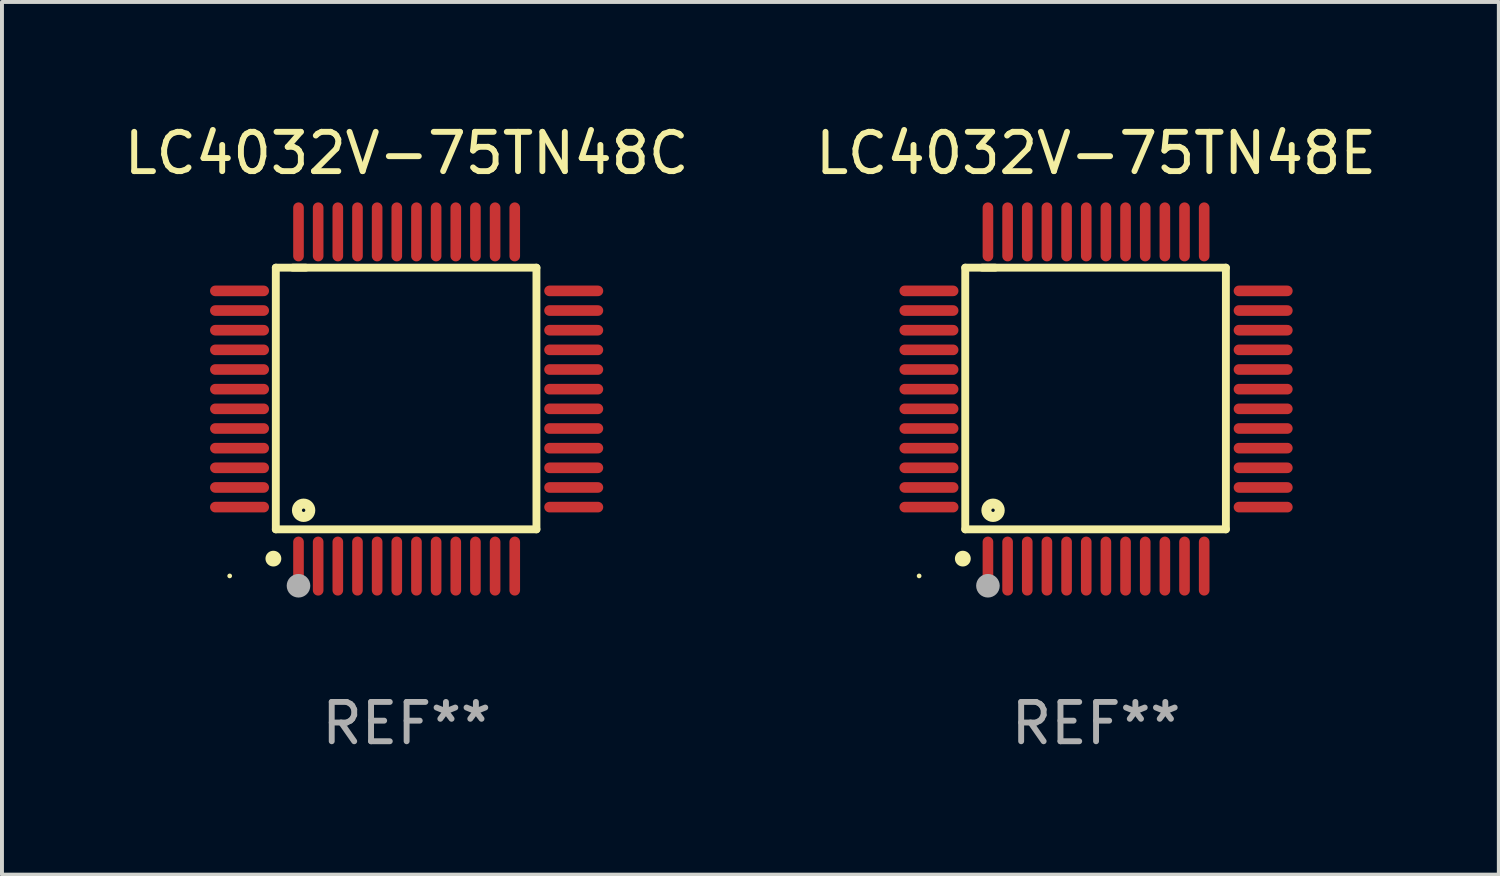
<source format=kicad_pcb>
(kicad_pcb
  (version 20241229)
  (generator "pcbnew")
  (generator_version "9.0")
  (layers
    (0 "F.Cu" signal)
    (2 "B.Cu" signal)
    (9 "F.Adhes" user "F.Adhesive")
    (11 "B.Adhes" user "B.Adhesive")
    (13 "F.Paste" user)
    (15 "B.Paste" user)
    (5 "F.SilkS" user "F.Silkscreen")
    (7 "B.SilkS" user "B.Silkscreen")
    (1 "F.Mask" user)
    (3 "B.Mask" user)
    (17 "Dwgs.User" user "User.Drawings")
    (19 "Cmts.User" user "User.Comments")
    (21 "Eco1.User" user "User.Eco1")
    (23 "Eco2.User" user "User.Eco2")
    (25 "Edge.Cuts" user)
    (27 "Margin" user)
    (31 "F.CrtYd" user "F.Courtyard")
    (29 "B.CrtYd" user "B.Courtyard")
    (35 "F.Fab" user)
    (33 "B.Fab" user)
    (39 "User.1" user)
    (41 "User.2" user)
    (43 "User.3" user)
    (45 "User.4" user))
  (footprint "LC4032V-75TN48E"
    (layer "F.Cu")
    (at 24.827 7.098)
    (property "Reference" "LC4032V-75TN48E" (at 0 -6.25 0) (layer "F.SilkS") (effects (font (size 1 1) (thickness 0.15))))
    (attr through_hole)
    (fp_line (start -3.327 -3.34) (end -2.565 -3.34) (stroke (width 0.2) (type solid)) (layer "F.SilkS"))
    (fp_line (start -3.327 3.315) (end -3.327 -3.34) (stroke (width 0.2) (type solid)) (layer "F.SilkS"))
    (fp_line (start -2.896 -3.34) (end 3.302 -3.34) (stroke (width 0.2) (type solid)) (layer "F.SilkS"))
    (fp_line (start 3.302 -3.34) (end 3.302 3.315) (stroke (width 0.2) (type solid)) (layer "F.SilkS"))
    (fp_line (start 3.302 3.315) (end -3.327 3.315) (stroke (width 0.2) (type solid)) (layer "F.SilkS"))
    (fp_arc (start -3.389992 4.059995) (mid -3.388722 4.059991) (end -3.387452 4.059995) (stroke (width 0.4) (type solid)) (layer "F.SilkS"))
    (fp_circle (center -4.5 4.5) (end -4.47 4.5) (stroke (width 0.06) (type solid)) (fill no) (layer "F.SilkS"))
    (fp_circle (center -2.62 2.83) (end -2.45 2.83) (stroke (width 0.254) (type solid)) (fill no) (layer "F.SilkS"))
    (fp_circle (center -2.75 4.75) (end -2.6 4.75) (stroke (width 0.3) (type solid)) (fill no) (layer "F.Fab"))
    (fp_text user "REF**" (at 0 8.25 0) (layer "F.Fab") (effects (font (size 1 1) (thickness 0.15))))
    (pad "1" smd oval (at -2.75 4.25) (size 0.27 1.5) (layers "F.Cu" "F.Mask" "F.Paste"))
    (pad "2" smd oval (at -2.25 4.25) (size 0.27 1.5) (layers "F.Cu" "F.Mask" "F.Paste"))
    (pad "3" smd oval (at -1.75 4.25) (size 0.27 1.5) (layers "F.Cu" "F.Mask" "F.Paste"))
    (pad "4" smd oval (at -1.25 4.25) (size 0.27 1.5) (layers "F.Cu" "F.Mask" "F.Paste"))
    (pad "5" smd oval (at -0.75 4.25) (size 0.27 1.5) (layers "F.Cu" "F.Mask" "F.Paste"))
    (pad "6" smd oval (at -0.25 4.25) (size 0.27 1.5) (layers "F.Cu" "F.Mask" "F.Paste"))
    (pad "7" smd oval (at 0.25 4.25) (size 0.27 1.5) (layers "F.Cu" "F.Mask" "F.Paste"))
    (pad "8" smd oval (at 0.75 4.25) (size 0.27 1.5) (layers "F.Cu" "F.Mask" "F.Paste"))
    (pad "9" smd oval (at 1.25 4.25) (size 0.27 1.5) (layers "F.Cu" "F.Mask" "F.Paste"))
    (pad "10" smd oval (at 1.75 4.25) (size 0.27 1.5) (layers "F.Cu" "F.Mask" "F.Paste"))
    (pad "11" smd oval (at 2.25 4.25) (size 0.27 1.5) (layers "F.Cu" "F.Mask" "F.Paste"))
    (pad "12" smd oval (at 2.75 4.25) (size 0.27 1.5) (layers "F.Cu" "F.Mask" "F.Paste"))
    (pad "13" smd oval (at 4.25 2.75) (size 1.5 0.27) (layers "F.Cu" "F.Mask" "F.Paste"))
    (pad "14" smd oval (at 4.25 2.25) (size 1.5 0.27) (layers "F.Cu" "F.Mask" "F.Paste"))
    (pad "15" smd oval (at 4.25 1.75) (size 1.5 0.27) (layers "F.Cu" "F.Mask" "F.Paste"))
    (pad "16" smd oval (at 4.25 1.25) (size 1.5 0.27) (layers "F.Cu" "F.Mask" "F.Paste"))
    (pad "17" smd oval (at 4.25 0.75) (size 1.5 0.27) (layers "F.Cu" "F.Mask" "F.Paste"))
    (pad "18" smd oval (at 4.25 0.25) (size 1.5 0.27) (layers "F.Cu" "F.Mask" "F.Paste"))
    (pad "19" smd oval (at 4.25 -0.25) (size 1.5 0.27) (layers "F.Cu" "F.Mask" "F.Paste"))
    (pad "20" smd oval (at 4.25 -0.75) (size 1.5 0.27) (layers "F.Cu" "F.Mask" "F.Paste"))
    (pad "21" smd oval (at 4.25 -1.25) (size 1.5 0.27) (layers "F.Cu" "F.Mask" "F.Paste"))
    (pad "22" smd oval (at 4.25 -1.75) (size 1.5 0.27) (layers "F.Cu" "F.Mask" "F.Paste"))
    (pad "23" smd oval (at 4.25 -2.25) (size 1.5 0.27) (layers "F.Cu" "F.Mask" "F.Paste"))
    (pad "24" smd oval (at 4.25 -2.75) (size 1.5 0.27) (layers "F.Cu" "F.Mask" "F.Paste"))
    (pad "25" smd oval (at 2.75 -4.25) (size 0.27 1.5) (layers "F.Cu" "F.Mask" "F.Paste"))
    (pad "26" smd oval (at 2.25 -4.25) (size 0.27 1.5) (layers "F.Cu" "F.Mask" "F.Paste"))
    (pad "27" smd oval (at 1.75 -4.25) (size 0.27 1.5) (layers "F.Cu" "F.Mask" "F.Paste"))
    (pad "28" smd oval (at 1.25 -4.25) (size 0.27 1.5) (layers "F.Cu" "F.Mask" "F.Paste"))
    (pad "29" smd oval (at 0.75 -4.25) (size 0.27 1.5) (layers "F.Cu" "F.Mask" "F.Paste"))
    (pad "30" smd oval (at 0.25 -4.25) (size 0.27 1.5) (layers "F.Cu" "F.Mask" "F.Paste"))
    (pad "31" smd oval (at -0.25 -4.25) (size 0.27 1.5) (layers "F.Cu" "F.Mask" "F.Paste"))
    (pad "32" smd oval (at -0.75 -4.25) (size 0.27 1.5) (layers "F.Cu" "F.Mask" "F.Paste"))
    (pad "33" smd oval (at -1.25 -4.25) (size 0.27 1.5) (layers "F.Cu" "F.Mask" "F.Paste"))
    (pad "34" smd oval (at -1.75 -4.25) (size 0.27 1.5) (layers "F.Cu" "F.Mask" "F.Paste"))
    (pad "35" smd oval (at -2.25 -4.25) (size 0.27 1.5) (layers "F.Cu" "F.Mask" "F.Paste"))
    (pad "36" smd oval (at -2.75 -4.25) (size 0.27 1.5) (layers "F.Cu" "F.Mask" "F.Paste"))
    (pad "37" smd oval (at -4.25 -2.75) (size 1.5 0.27) (layers "F.Cu" "F.Mask" "F.Paste"))
    (pad "38" smd oval (at -4.25 -2.25) (size 1.5 0.27) (layers "F.Cu" "F.Mask" "F.Paste"))
    (pad "39" smd oval (at -4.25 -1.75) (size 1.5 0.27) (layers "F.Cu" "F.Mask" "F.Paste"))
    (pad "40" smd oval (at -4.25 -1.25) (size 1.5 0.27) (layers "F.Cu" "F.Mask" "F.Paste"))
    (pad "41" smd oval (at -4.25 -0.75) (size 1.5 0.27) (layers "F.Cu" "F.Mask" "F.Paste"))
    (pad "42" smd oval (at -4.25 -0.25) (size 1.5 0.27) (layers "F.Cu" "F.Mask" "F.Paste"))
    (pad "43" smd oval (at -4.25 0.25) (size 1.5 0.27) (layers "F.Cu" "F.Mask" "F.Paste"))
    (pad "44" smd oval (at -4.25 0.75) (size 1.5 0.27) (layers "F.Cu" "F.Mask" "F.Paste"))
    (pad "45" smd oval (at -4.25 1.25) (size 1.5 0.27) (layers "F.Cu" "F.Mask" "F.Paste"))
    (pad "46" smd oval (at -4.25 1.75) (size 1.5 0.27) (layers "F.Cu" "F.Mask" "F.Paste"))
    (pad "47" smd oval (at -4.25 2.25) (size 1.5 0.27) (layers "F.Cu" "F.Mask" "F.Paste"))
    (pad "48" smd oval (at -4.25 2.75) (size 1.5 0.27) (layers "F.Cu" "F.Mask" "F.Paste")))
  (footprint "LC4032V-75TN48C"
    (layer "F.Cu")
    (at 7.292 7.098)
    (property "Reference" "LC4032V-75TN48C" (at 0 -6.25 0) (layer "F.SilkS") (effects (font (size 1 1) (thickness 0.15))))
    (attr through_hole)
    (fp_line (start -3.327 -3.34) (end -2.565 -3.34) (stroke (width 0.2) (type solid)) (layer "F.SilkS"))
    (fp_line (start -3.327 3.315) (end -3.327 -3.34) (stroke (width 0.2) (type solid)) (layer "F.SilkS"))
    (fp_line (start -2.896 -3.34) (end 3.302 -3.34) (stroke (width 0.2) (type solid)) (layer "F.SilkS"))
    (fp_line (start 3.302 -3.34) (end 3.302 3.315) (stroke (width 0.2) (type solid)) (layer "F.SilkS"))
    (fp_line (start 3.302 3.315) (end -3.327 3.315) (stroke (width 0.2) (type solid)) (layer "F.SilkS"))
    (fp_arc (start -3.389992 4.059995) (mid -3.388722 4.059991) (end -3.387452 4.059995) (stroke (width 0.4) (type solid)) (layer "F.SilkS"))
    (fp_circle (center -4.5 4.5) (end -4.47 4.5) (stroke (width 0.06) (type solid)) (fill no) (layer "F.SilkS"))
    (fp_circle (center -2.62 2.83) (end -2.45 2.83) (stroke (width 0.254) (type solid)) (fill no) (layer "F.SilkS"))
    (fp_circle (center -2.75 4.75) (end -2.6 4.75) (stroke (width 0.3) (type solid)) (fill no) (layer "F.Fab"))
    (fp_text user "REF**" (at 0 8.25 0) (layer "F.Fab") (effects (font (size 1 1) (thickness 0.15))))
    (pad "1" smd oval (at -2.75 4.25) (size 0.27 1.5) (layers "F.Cu" "F.Mask" "F.Paste"))
    (pad "2" smd oval (at -2.25 4.25) (size 0.27 1.5) (layers "F.Cu" "F.Mask" "F.Paste"))
    (pad "3" smd oval (at -1.75 4.25) (size 0.27 1.5) (layers "F.Cu" "F.Mask" "F.Paste"))
    (pad "4" smd oval (at -1.25 4.25) (size 0.27 1.5) (layers "F.Cu" "F.Mask" "F.Paste"))
    (pad "5" smd oval (at -0.75 4.25) (size 0.27 1.5) (layers "F.Cu" "F.Mask" "F.Paste"))
    (pad "6" smd oval (at -0.25 4.25) (size 0.27 1.5) (layers "F.Cu" "F.Mask" "F.Paste"))
    (pad "7" smd oval (at 0.25 4.25) (size 0.27 1.5) (layers "F.Cu" "F.Mask" "F.Paste"))
    (pad "8" smd oval (at 0.75 4.25) (size 0.27 1.5) (layers "F.Cu" "F.Mask" "F.Paste"))
    (pad "9" smd oval (at 1.25 4.25) (size 0.27 1.5) (layers "F.Cu" "F.Mask" "F.Paste"))
    (pad "10" smd oval (at 1.75 4.25) (size 0.27 1.5) (layers "F.Cu" "F.Mask" "F.Paste"))
    (pad "11" smd oval (at 2.25 4.25) (size 0.27 1.5) (layers "F.Cu" "F.Mask" "F.Paste"))
    (pad "12" smd oval (at 2.75 4.25) (size 0.27 1.5) (layers "F.Cu" "F.Mask" "F.Paste"))
    (pad "13" smd oval (at 4.25 2.75) (size 1.5 0.27) (layers "F.Cu" "F.Mask" "F.Paste"))
    (pad "14" smd oval (at 4.25 2.25) (size 1.5 0.27) (layers "F.Cu" "F.Mask" "F.Paste"))
    (pad "15" smd oval (at 4.25 1.75) (size 1.5 0.27) (layers "F.Cu" "F.Mask" "F.Paste"))
    (pad "16" smd oval (at 4.25 1.25) (size 1.5 0.27) (layers "F.Cu" "F.Mask" "F.Paste"))
    (pad "17" smd oval (at 4.25 0.75) (size 1.5 0.27) (layers "F.Cu" "F.Mask" "F.Paste"))
    (pad "18" smd oval (at 4.25 0.25) (size 1.5 0.27) (layers "F.Cu" "F.Mask" "F.Paste"))
    (pad "19" smd oval (at 4.25 -0.25) (size 1.5 0.27) (layers "F.Cu" "F.Mask" "F.Paste"))
    (pad "20" smd oval (at 4.25 -0.75) (size 1.5 0.27) (layers "F.Cu" "F.Mask" "F.Paste"))
    (pad "21" smd oval (at 4.25 -1.25) (size 1.5 0.27) (layers "F.Cu" "F.Mask" "F.Paste"))
    (pad "22" smd oval (at 4.25 -1.75) (size 1.5 0.27) (layers "F.Cu" "F.Mask" "F.Paste"))
    (pad "23" smd oval (at 4.25 -2.25) (size 1.5 0.27) (layers "F.Cu" "F.Mask" "F.Paste"))
    (pad "24" smd oval (at 4.25 -2.75) (size 1.5 0.27) (layers "F.Cu" "F.Mask" "F.Paste"))
    (pad "25" smd oval (at 2.75 -4.25) (size 0.27 1.5) (layers "F.Cu" "F.Mask" "F.Paste"))
    (pad "26" smd oval (at 2.25 -4.25) (size 0.27 1.5) (layers "F.Cu" "F.Mask" "F.Paste"))
    (pad "27" smd oval (at 1.75 -4.25) (size 0.27 1.5) (layers "F.Cu" "F.Mask" "F.Paste"))
    (pad "28" smd oval (at 1.25 -4.25) (size 0.27 1.5) (layers "F.Cu" "F.Mask" "F.Paste"))
    (pad "29" smd oval (at 0.75 -4.25) (size 0.27 1.5) (layers "F.Cu" "F.Mask" "F.Paste"))
    (pad "30" smd oval (at 0.25 -4.25) (size 0.27 1.5) (layers "F.Cu" "F.Mask" "F.Paste"))
    (pad "31" smd oval (at -0.25 -4.25) (size 0.27 1.5) (layers "F.Cu" "F.Mask" "F.Paste"))
    (pad "32" smd oval (at -0.75 -4.25) (size 0.27 1.5) (layers "F.Cu" "F.Mask" "F.Paste"))
    (pad "33" smd oval (at -1.25 -4.25) (size 0.27 1.5) (layers "F.Cu" "F.Mask" "F.Paste"))
    (pad "34" smd oval (at -1.75 -4.25) (size 0.27 1.5) (layers "F.Cu" "F.Mask" "F.Paste"))
    (pad "35" smd oval (at -2.25 -4.25) (size 0.27 1.5) (layers "F.Cu" "F.Mask" "F.Paste"))
    (pad "36" smd oval (at -2.75 -4.25) (size 0.27 1.5) (layers "F.Cu" "F.Mask" "F.Paste"))
    (pad "37" smd oval (at -4.25 -2.75) (size 1.5 0.27) (layers "F.Cu" "F.Mask" "F.Paste"))
    (pad "38" smd oval (at -4.25 -2.25) (size 1.5 0.27) (layers "F.Cu" "F.Mask" "F.Paste"))
    (pad "39" smd oval (at -4.25 -1.75) (size 1.5 0.27) (layers "F.Cu" "F.Mask" "F.Paste"))
    (pad "40" smd oval (at -4.25 -1.25) (size 1.5 0.27) (layers "F.Cu" "F.Mask" "F.Paste"))
    (pad "41" smd oval (at -4.25 -0.75) (size 1.5 0.27) (layers "F.Cu" "F.Mask" "F.Paste"))
    (pad "42" smd oval (at -4.25 -0.25) (size 1.5 0.27) (layers "F.Cu" "F.Mask" "F.Paste"))
    (pad "43" smd oval (at -4.25 0.25) (size 1.5 0.27) (layers "F.Cu" "F.Mask" "F.Paste"))
    (pad "44" smd oval (at -4.25 0.75) (size 1.5 0.27) (layers "F.Cu" "F.Mask" "F.Paste"))
    (pad "45" smd oval (at -4.25 1.25) (size 1.5 0.27) (layers "F.Cu" "F.Mask" "F.Paste"))
    (pad "46" smd oval (at -4.25 1.75) (size 1.5 0.27) (layers "F.Cu" "F.Mask" "F.Paste"))
    (pad "47" smd oval (at -4.25 2.25) (size 1.5 0.27) (layers "F.Cu" "F.Mask" "F.Paste"))
    (pad "48" smd oval (at -4.25 2.75) (size 1.5 0.27) (layers "F.Cu" "F.Mask" "F.Paste")))
  (gr_rect
    (start -3 -3)
    (end 35.071 19.196)
    (stroke (width 0.1) (type default))
    (fill no)
    (layer "Edge.Cuts")))
</source>
